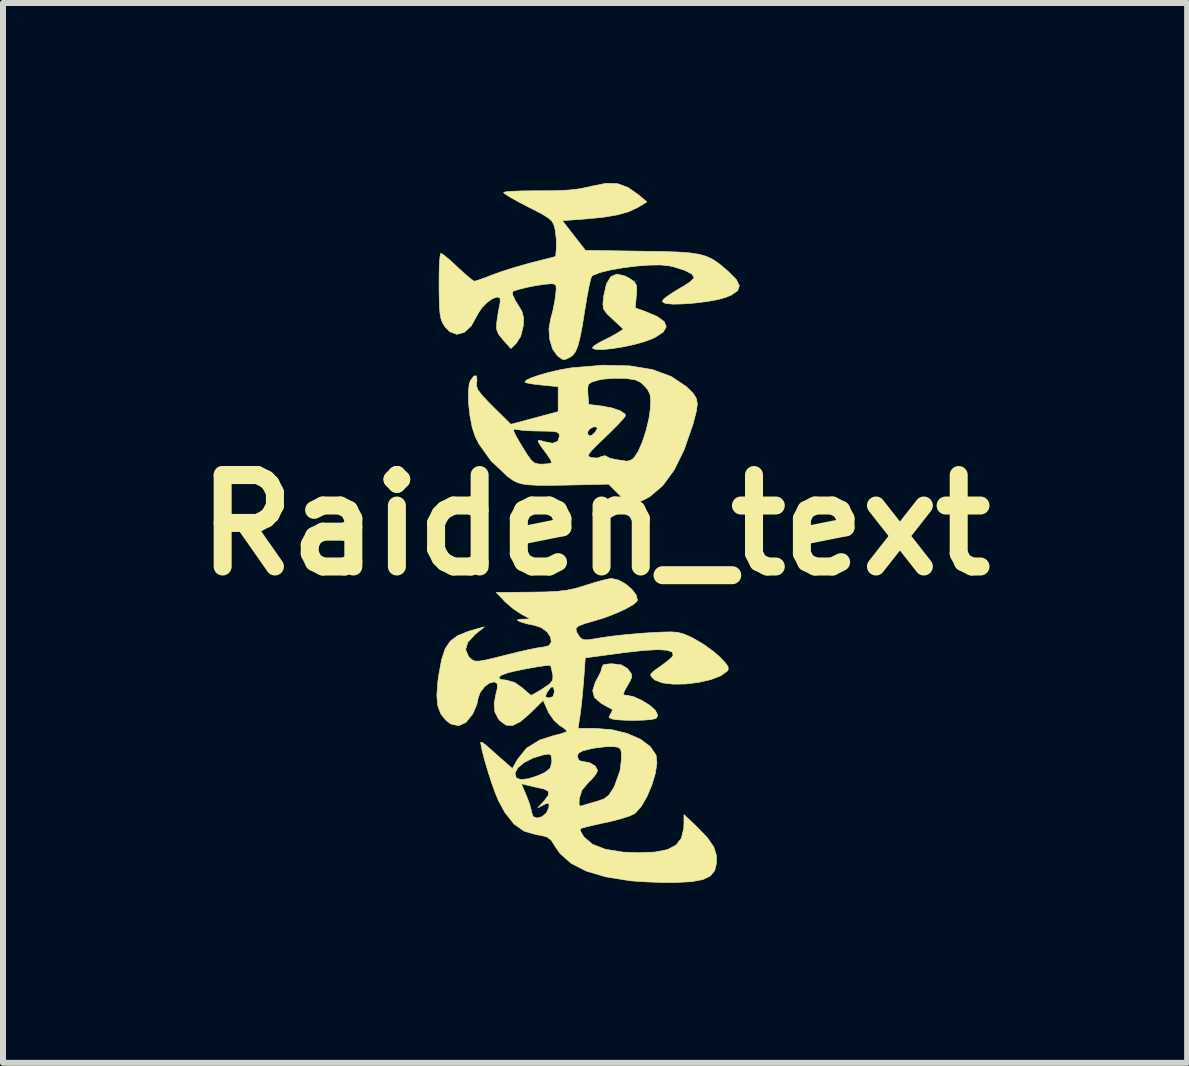
<source format=kicad_pcb>
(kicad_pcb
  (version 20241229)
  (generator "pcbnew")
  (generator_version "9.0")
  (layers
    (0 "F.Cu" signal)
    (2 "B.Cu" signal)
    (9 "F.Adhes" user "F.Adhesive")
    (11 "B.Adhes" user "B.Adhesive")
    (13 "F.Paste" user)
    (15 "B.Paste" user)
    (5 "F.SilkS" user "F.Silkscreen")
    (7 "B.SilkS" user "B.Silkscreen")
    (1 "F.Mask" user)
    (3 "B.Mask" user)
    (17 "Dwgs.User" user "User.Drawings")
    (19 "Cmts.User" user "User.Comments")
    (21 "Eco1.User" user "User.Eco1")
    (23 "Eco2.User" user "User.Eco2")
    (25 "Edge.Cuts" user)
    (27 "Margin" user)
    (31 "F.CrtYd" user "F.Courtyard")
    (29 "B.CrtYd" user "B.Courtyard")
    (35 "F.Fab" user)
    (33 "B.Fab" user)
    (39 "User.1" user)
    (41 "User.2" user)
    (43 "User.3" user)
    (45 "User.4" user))
  (footprint "Raiden_text"
    (layer "F.Cu")
    (at 6.865 5.7)
    (property "Reference" "Raiden_text" (at 0 0 0) (layer "F.SilkS") (effects (font (size 1.524 1.524) (thickness 0.3))))
    (attr through_hole)
    (fp_poly (pts (xy 0.501 -4.151) (xy 0.576 -4.11) (xy 0.655 -4.055) (xy 0.69 -3.997) (xy 0.695 -3.904) (xy 0.688 -3.824) (xy 0.669 -3.619) (xy 0.832 -3.562) (xy 1.035 -3.476) (xy 1.153 -3.391) (xy 1.187 -3.305) (xy 1.137 -3.218) (xy 1.003 -3.13) (xy 0.962 -3.11) (xy 0.821 -3.057) (xy 0.649 -3.009) (xy 0.464 -2.97) (xy 0.285 -2.941) (xy 0.13 -2.926) (xy 0.015 -2.927) (xy -0.04 -2.947) (xy -0.042 -2.955) (xy -0.008 -2.993) (xy 0.079 -3.046) (xy 0.116 -3.065) (xy 0.246 -3.13) (xy 0.359 -3.193) (xy 0.374 -3.203) (xy 0.473 -3.266) (xy 0.294 -3.431) (xy 0.194 -3.527) (xy 0.144 -3.599) (xy 0.131 -3.679) (xy 0.143 -3.8) (xy 0.145 -3.819) (xy 0.19 -4.019) (xy 0.263 -4.14) (xy 0.365 -4.183) (xy 0.501 -4.151)) (stroke (width 0.01) (type solid)) (fill yes) (layer "F.SilkS"))
    (fp_poly (pts (xy 0.293 2.311) (xy 0.437 2.329) (xy 0.531 2.383) (xy 0.558 2.412) (xy 0.606 2.479) (xy 0.612 2.534) (xy 0.575 2.613) (xy 0.551 2.654) (xy 0.49 2.762) (xy 0.471 2.816) (xy 0.494 2.834) (xy 0.537 2.836) (xy 0.648 2.861) (xy 0.785 2.924) (xy 0.915 3.005) (xy 1.003 3.085) (xy 1.009 3.095) (xy 1.044 3.169) (xy 1.025 3.212) (xy 1.009 3.222) (xy 0.941 3.239) (xy 0.815 3.249) (xy 0.659 3.253) (xy 0.498 3.251) (xy 0.36 3.242) (xy 0.284 3.23) (xy 0.232 3.204) (xy 0.253 3.155) (xy 0.262 3.143) (xy 0.291 3.083) (xy 0.275 3.062) (xy 0.213 3.032) (xy 0.116 2.976) (xy 0.095 2.964) (xy -0.009 2.871) (xy -0.039 2.76) (xy 0.004 2.619) (xy 0.042 2.55) (xy 0.095 2.447) (xy 0.117 2.369) (xy 0.116 2.359) (xy 0.144 2.324) (xy 0.249 2.311) (xy 0.293 2.311)) (stroke (width 0.01) (type solid)) (fill yes) (layer "F.SilkS"))
    (fp_poly (pts (xy 0.578 -2.654) (xy 0.956 -2.592) (xy 1.27 -2.476) (xy 1.521 -2.308) (xy 1.538 -2.292) (xy 1.633 -2.197) (xy 1.687 -2.114) (xy 1.705 -2.021) (xy 1.688 -1.896) (xy 1.641 -1.717) (xy 1.629 -1.673) (xy 1.485 -1.257) (xy 1.318 -0.918) (xy 1.128 -0.658) (xy 0.916 -0.477) (xy 0.828 -0.429) (xy 0.711 -0.377) (xy 0.626 -0.344) (xy 0.603 -0.339) (xy 0.558 -0.366) (xy 0.474 -0.438) (xy 0.398 -0.511) (xy 0.226 -0.683) (xy -0.194 -0.673) (xy -0.52 -0.666) (xy -0.774 -0.663) (xy -0.967 -0.664) (xy -1.11 -0.672) (xy -1.217 -0.687) (xy -1.298 -0.711) (xy -1.366 -0.746) (xy -1.432 -0.792) (xy -1.462 -0.816) (xy -1.732 -1.07) (xy -1.936 -1.356) (xy -1.999 -1.482) (xy -2.031 -1.582) (xy -1.36 -1.582) (xy -1.338 -1.525) (xy -1.278 -1.416) (xy -1.219 -1.318) (xy -1.128 -1.17) (xy -1.062 -1.08) (xy -1.005 -1.034) (xy -0.941 -1.018) (xy -0.879 -1.016) (xy -0.776 -1.023) (xy -0.722 -1.039) (xy -0.72 -1.044) (xy -0.743 -1.092) (xy -0.8 -1.179) (xy -0.818 -1.203) (xy -0.908 -1.326) (xy -0.948 -1.393) (xy -0.94 -1.415) (xy -0.884 -1.403) (xy -0.848 -1.391) (xy -0.708 -1.364) (xy -0.621 -1.397) (xy -0.593 -1.48) (xy -0.6 -1.525) (xy -0.621 -1.541) (xy -0.127 -1.541) (xy -0.104 -1.487) (xy -0.048 -1.5) (xy 0.001 -1.546) (xy 0.036 -1.608) (xy 0.033 -1.632) (xy -0.023 -1.639) (xy -0.09 -1.603) (xy -0.127 -1.547) (xy -0.127 -1.541) (xy -0.621 -1.541) (xy -0.634 -1.551) (xy -0.713 -1.563) (xy -0.855 -1.567) (xy -0.9 -1.567) (xy -1.067 -1.571) (xy -1.211 -1.58) (xy -1.303 -1.593) (xy -1.304 -1.593) (xy -1.347 -1.6) (xy -1.36 -1.582) (xy -2.031 -1.582) (xy -2.048 -1.633) (xy -2.084 -1.821) (xy -2.106 -2.02) (xy -2.111 -2.205) (xy -2.097 -2.349) (xy -2.078 -2.405) (xy -2.019 -2.484) (xy -1.977 -2.487) (xy -1.967 -2.417) (xy -1.972 -2.381) (xy -1.975 -2.319) (xy -1.952 -2.255) (xy -1.891 -2.173) (xy -1.784 -2.058) (xy -1.699 -1.972) (xy -1.403 -1.68) (xy -0.614 -1.891) (xy -0.614 -2.266) (xy -0.123 -2.266) (xy -0.119 -2.188) (xy -0.106 -2.011) (xy 0.109 -1.985) (xy 0.282 -1.952) (xy 0.417 -1.906) (xy 0.496 -1.854) (xy 0.508 -1.824) (xy 0.479 -1.783) (xy 0.401 -1.696) (xy 0.286 -1.579) (xy 0.174 -1.47) (xy 0.028 -1.33) (xy -0.062 -1.237) (xy -0.106 -1.18) (xy -0.109 -1.148) (xy -0.079 -1.13) (xy -0.053 -1.123) (xy 0.043 -1.118) (xy 0.098 -1.14) (xy 0.164 -1.158) (xy 0.187 -1.146) (xy 0.244 -1.117) (xy 0.348 -1.092) (xy 0.519 -1.067) (xy 0.537 -1.065) (xy 0.605 -1.087) (xy 0.65 -1.122) (xy 0.718 -1.224) (xy 0.788 -1.385) (xy 0.851 -1.578) (xy 0.899 -1.778) (xy 0.92 -1.928) (xy 0.928 -2.079) (xy 0.917 -2.176) (xy 0.88 -2.252) (xy 0.837 -2.306) (xy 0.761 -2.379) (xy 0.672 -2.42) (xy 0.54 -2.441) (xy 0.482 -2.446) (xy 0.307 -2.447) (xy 0.132 -2.432) (xy 0.05 -2.415) (xy -0.062 -2.381) (xy -0.113 -2.341) (xy -0.123 -2.266) (xy -0.614 -2.266) (xy -0.614 -2.307) (xy -0.879 -2.333) (xy -1.021 -2.349) (xy -1.126 -2.367) (xy -1.168 -2.381) (xy -1.151 -2.411) (xy -1.069 -2.451) (xy -0.938 -2.497) (xy -0.774 -2.544) (xy -0.596 -2.585) (xy -0.42 -2.617) (xy -0.374 -2.623) (xy 0.135 -2.665) (xy 0.578 -2.654)) (stroke (width 0.01) (type solid)) (fill yes) (layer "F.SilkS"))
    (fp_poly (pts (xy 0.376 -5.69) (xy 0.548 -5.627) (xy 0.718 -5.508) (xy 0.864 -5.386) (xy 0.721 -5.299) (xy 0.568 -5.225) (xy 0.373 -5.17) (xy 0.121 -5.128) (xy -0.177 -5.1) (xy -0.545 -5.073) (xy -0.352 -4.825) (xy -0.16 -4.578) (xy 0.777 -4.564) (xy 1.109 -4.559) (xy 1.369 -4.551) (xy 1.57 -4.537) (xy 1.727 -4.514) (xy 1.851 -4.48) (xy 1.957 -4.43) (xy 2.058 -4.363) (xy 2.165 -4.274) (xy 2.224 -4.223) (xy 2.353 -4.093) (xy 2.404 -3.991) (xy 2.378 -3.908) (xy 2.273 -3.835) (xy 2.18 -3.796) (xy 2.046 -3.758) (xy 1.866 -3.726) (xy 1.666 -3.701) (xy 1.469 -3.686) (xy 1.3 -3.682) (xy 1.182 -3.693) (xy 1.162 -3.699) (xy 1.121 -3.725) (xy 1.14 -3.762) (xy 1.191 -3.803) (xy 1.291 -3.872) (xy 1.422 -3.952) (xy 1.471 -3.98) (xy 1.576 -4.047) (xy 1.641 -4.107) (xy 1.651 -4.128) (xy 1.611 -4.185) (xy 1.497 -4.245) (xy 1.32 -4.301) (xy 1.243 -4.319) (xy 1.101 -4.335) (xy 0.911 -4.333) (xy 0.694 -4.317) (xy 0.47 -4.289) (xy 0.26 -4.252) (xy 0.086 -4.21) (xy -0.031 -4.164) (xy -0.054 -4.149) (xy -0.073 -4.098) (xy -0.1 -3.981) (xy -0.132 -3.814) (xy -0.165 -3.613) (xy -0.169 -3.593) (xy -0.212 -3.321) (xy -0.251 -3.122) (xy -0.288 -2.981) (xy -0.327 -2.888) (xy -0.373 -2.829) (xy -0.419 -2.797) (xy -0.496 -2.76) (xy -0.548 -2.764) (xy -0.618 -2.816) (xy -0.63 -2.826) (xy -0.707 -2.935) (xy -0.755 -3.094) (xy -0.768 -3.271) (xy -0.74 -3.431) (xy -0.705 -3.562) (xy -0.672 -3.726) (xy -0.661 -3.799) (xy -0.647 -3.928) (xy -0.651 -3.994) (xy -0.682 -4.018) (xy -0.732 -4.022) (xy -0.843 -4.013) (xy -0.988 -3.991) (xy -1.14 -3.961) (xy -1.273 -3.928) (xy -1.358 -3.899) (xy -1.372 -3.89) (xy -1.373 -3.837) (xy -1.328 -3.74) (xy -1.292 -3.685) (xy -1.218 -3.561) (xy -1.19 -3.452) (xy -1.196 -3.319) (xy -1.239 -3.146) (xy -1.31 -3.033) (xy -1.402 -2.942) (xy -1.53 -3.085) (xy -1.609 -3.183) (xy -1.641 -3.268) (xy -1.637 -3.381) (xy -1.631 -3.424) (xy -1.609 -3.565) (xy -1.586 -3.685) (xy -1.58 -3.715) (xy -1.583 -3.784) (xy -1.63 -3.801) (xy -1.706 -3.775) (xy -1.795 -3.714) (xy -1.882 -3.627) (xy -1.951 -3.523) (xy -1.966 -3.493) (xy -2.064 -3.317) (xy -2.18 -3.212) (xy -2.302 -3.179) (xy -2.42 -3.223) (xy -2.501 -3.306) (xy -2.54 -3.369) (xy -2.567 -3.439) (xy -2.584 -3.533) (xy -2.593 -3.669) (xy -2.598 -3.865) (xy -2.599 -3.984) (xy -2.598 -4.188) (xy -2.593 -4.357) (xy -2.583 -4.476) (xy -2.571 -4.528) (xy -2.569 -4.53) (xy -2.524 -4.502) (xy -2.435 -4.43) (xy -2.321 -4.326) (xy -2.29 -4.297) (xy -2.171 -4.188) (xy -2.074 -4.106) (xy -2.017 -4.066) (xy -2.01 -4.064) (xy -1.955 -4.079) (xy -1.847 -4.117) (xy -1.718 -4.167) (xy -1.556 -4.225) (xy -1.349 -4.291) (xy -1.132 -4.353) (xy -1.058 -4.373) (xy -0.656 -4.476) (xy -0.644 -4.619) (xy -0.645 -4.761) (xy -0.663 -4.914) (xy -0.666 -4.929) (xy -0.686 -5.004) (xy -0.717 -5.063) (xy -0.775 -5.116) (xy -0.873 -5.178) (xy -1.027 -5.259) (xy -1.113 -5.302) (xy -1.279 -5.389) (xy -1.414 -5.464) (xy -1.5 -5.519) (xy -1.524 -5.542) (xy -1.484 -5.554) (xy -1.375 -5.563) (xy -1.212 -5.569) (xy -1.01 -5.571) (xy -0.942 -5.571) (xy -0.66 -5.572) (xy -0.44 -5.583) (xy -0.259 -5.604) (xy -0.094 -5.638) (xy -0.056 -5.648) (xy 0.183 -5.695) (xy 0.376 -5.69)) (stroke (width 0.01) (type solid)) (fill yes) (layer "F.SilkS"))
    (fp_poly (pts (xy 0.389 0.915) (xy 0.509 0.981) (xy 0.614 1.07) (xy 0.686 1.165) (xy 0.706 1.248) (xy 0.697 1.272) (xy 0.633 1.326) (xy 0.509 1.396) (xy 0.346 1.47) (xy 0.166 1.54) (xy -0.007 1.593) (xy -0.178 1.642) (xy -0.278 1.682) (xy -0.318 1.723) (xy -0.31 1.776) (xy -0.279 1.829) (xy -0.242 1.881) (xy -0.2 1.908) (xy -0.133 1.912) (xy -0.019 1.897) (xy 0.095 1.877) (xy 0.269 1.852) (xy 0.494 1.827) (xy 0.737 1.805) (xy 0.897 1.794) (xy 1.11 1.783) (xy 1.26 1.779) (xy 1.369 1.786) (xy 1.459 1.807) (xy 1.55 1.844) (xy 1.632 1.883) (xy 1.804 1.983) (xy 1.979 2.11) (xy 2.065 2.185) (xy 2.169 2.291) (xy 2.217 2.36) (xy 2.218 2.409) (xy 2.204 2.431) (xy 2.096 2.51) (xy 1.93 2.574) (xy 1.728 2.62) (xy 1.511 2.647) (xy 1.303 2.65) (xy 1.124 2.629) (xy 0.998 2.581) (xy 0.98 2.567) (xy 0.934 2.52) (xy 0.928 2.483) (xy 0.972 2.437) (xy 1.075 2.363) (xy 1.089 2.353) (xy 1.2 2.271) (xy 1.278 2.202) (xy 1.301 2.172) (xy 1.288 2.117) (xy 1.204 2.085) (xy 1.046 2.075) (xy 0.811 2.088) (xy 0.497 2.123) (xy 0.458 2.128) (xy -0.163 2.212) (xy -0.189 2.577) (xy -0.206 2.779) (xy -0.226 2.981) (xy -0.246 3.143) (xy -0.249 3.164) (xy -0.283 3.387) (xy -0.000302 3.387) (xy 0.279 3.409) (xy 0.536 3.471) (xy 0.755 3.567) (xy 0.92 3.69) (xy 1.017 3.833) (xy 1.017 3.833) (xy 1.031 3.962) (xy 1.005 4.136) (xy 0.947 4.33) (xy 0.866 4.521) (xy 0.772 4.685) (xy 0.672 4.797) (xy 0.654 4.81) (xy 0.566 4.85) (xy 0.419 4.896) (xy 0.241 4.942) (xy 0.16 4.959) (xy -0.011 4.996) (xy -0.148 5.029) (xy -0.232 5.053) (xy -0.248 5.06) (xy -0.24 5.104) (xy -0.193 5.185) (xy -0.184 5.197) (xy -0.044 5.317) (xy 0.171 5.401) (xy 0.461 5.448) (xy 0.713 5.459) (xy 0.996 5.448) (xy 1.206 5.407) (xy 1.351 5.331) (xy 1.439 5.216) (xy 1.478 5.056) (xy 1.482 4.971) (xy 1.482 4.824) (xy 1.712 5.042) (xy 1.877 5.215) (xy 1.978 5.363) (xy 2.023 5.505) (xy 2.024 5.632) (xy 1.993 5.757) (xy 1.92 5.847) (xy 1.796 5.906) (xy 1.609 5.941) (xy 1.35 5.954) (xy 1.341 5.955) (xy 1.11 5.954) (xy 0.865 5.945) (xy 0.648 5.931) (xy 0.581 5.925) (xy 0.181 5.861) (xy -0.143 5.766) (xy -0.396 5.637) (xy -0.582 5.473) (xy -0.665 5.353) (xy -0.729 5.252) (xy -0.798 5.197) (xy -0.903 5.169) (xy -0.976 5.158) (xy -1.178 5.101) (xy -1.351 4.979) (xy -1.504 4.785) (xy -1.608 4.593) (xy -1.661 4.466) (xy -1.717 4.309) (xy -1.229 4.309) (xy -1.144 4.507) (xy -1.094 4.638) (xy -1.063 4.747) (xy -1.058 4.784) (xy -1.031 4.858) (xy -0.966 4.881) (xy -0.885 4.859) (xy -0.812 4.799) (xy -0.77 4.707) (xy -0.769 4.701) (xy -0.767 4.638) (xy -0.803 4.635) (xy -0.854 4.659) (xy -0.953 4.71) (xy -0.857 4.607) (xy -0.78 4.505) (xy -0.774 4.439) (xy -0.843 4.399) (xy -0.884 4.389) (xy -1.019 4.36) (xy -1.117 4.336) (xy -1.229 4.309) (xy -1.717 4.309) (xy -1.722 4.296) (xy -1.775 4.132) (xy -1.334 4.132) (xy -1.313 4.212) (xy -1.238 4.24) (xy -1.11 4.226) (xy -0.947 4.173) (xy -0.836 4.122) (xy -0.747 4.051) (xy -0.72 3.944) (xy -0.72 3.931) (xy -0.726 3.855) (xy -0.296 3.855) (xy -0.265 3.924) (xy -0.209 3.937) (xy -0.089 3.96) (xy 0.005 4.016) (xy 0.042 4.088) (xy 0.042 4.088) (xy 0.013 4.153) (xy -0.062 4.241) (xy -0.101 4.277) (xy -0.219 4.417) (xy -0.262 4.553) (xy -0.267 4.65) (xy -0.246 4.683) (xy -0.214 4.676) (xy -0.134 4.65) (xy -0.011 4.614) (xy 0.036 4.602) (xy 0.151 4.561) (xy 0.229 4.501) (xy 0.299 4.396) (xy 0.327 4.341) (xy 0.416 4.095) (xy 0.439 3.917) (xy 0.44 3.791) (xy 0.424 3.727) (xy 0.378 3.7) (xy 0.306 3.691) (xy 0.183 3.692) (xy 0.025 3.71) (xy -0.065 3.726) (xy -0.203 3.76) (xy -0.274 3.798) (xy -0.296 3.848) (xy -0.296 3.855) (xy -0.726 3.855) (xy -0.727 3.841) (xy -0.765 3.814) (xy -0.85 3.825) (xy -1.031 3.879) (xy -1.181 3.955) (xy -1.286 4.043) (xy -1.334 4.132) (xy -1.775 4.132) (xy -1.783 4.106) (xy -1.839 3.918) (xy -1.881 3.756) (xy -1.903 3.643) (xy -1.905 3.619) (xy -1.878 3.622) (xy -1.814 3.671) (xy -1.81 3.675) (xy -1.721 3.753) (xy -1.604 3.857) (xy -1.546 3.908) (xy -1.377 4.056) (xy -1.291 3.903) (xy -1.14 3.716) (xy -0.922 3.581) (xy -0.696 3.509) (xy -0.57 3.477) (xy -0.487 3.448) (xy -0.466 3.433) (xy -0.499 3.397) (xy -0.579 3.344) (xy -0.588 3.339) (xy -0.681 3.256) (xy -0.767 3.134) (xy -0.786 3.095) (xy -0.864 2.919) (xy -1.079 3.132) (xy -1.24 3.272) (xy -1.372 3.338) (xy -1.483 3.333) (xy -1.585 3.257) (xy -1.61 3.228) (xy -1.669 3.115) (xy -1.681 2.975) (xy -1.66 2.859) (xy -0.827 2.859) (xy -0.784 2.878) (xy -0.763 2.879) (xy -0.697 2.855) (xy -0.677 2.773) (xy -0.677 2.77) (xy -0.693 2.697) (xy -0.735 2.7) (xy -0.794 2.776) (xy -0.806 2.796) (xy -0.827 2.859) (xy -1.66 2.859) (xy -1.646 2.788) (xy -1.629 2.726) (xy -1.628 2.642) (xy -1.679 2.611) (xy -1.764 2.634) (xy -1.838 2.689) (xy -1.913 2.785) (xy -1.948 2.881) (xy -1.948 2.887) (xy -1.969 2.984) (xy -2.021 3.109) (xy -2.044 3.154) (xy -2.152 3.288) (xy -2.273 3.342) (xy -2.402 3.314) (xy -2.481 3.255) (xy -2.569 3.147) (xy -2.62 3.013) (xy -2.636 2.839) (xy -2.619 2.607) (xy -2.61 2.542) (xy -1.604 2.542) (xy -1.571 2.573) (xy -1.482 2.582) (xy -1.341 2.621) (xy -1.218 2.708) (xy -1.131 2.784) (xy -1.073 2.83) (xy -1.063 2.835) (xy -1.021 2.815) (xy -0.931 2.763) (xy -0.865 2.722) (xy -0.757 2.647) (xy -0.708 2.588) (xy -0.701 2.519) (xy -0.707 2.478) (xy -0.728 2.384) (xy -0.742 2.336) (xy -0.743 2.336) (xy -0.787 2.336) (xy -0.892 2.35) (xy -1.035 2.373) (xy -1.194 2.403) (xy -1.347 2.435) (xy -1.45 2.459) (xy -1.563 2.501) (xy -1.604 2.542) (xy -2.61 2.542) (xy -2.603 2.494) (xy -2.557 2.243) (xy -2.498 2.062) (xy -2.413 1.934) (xy -2.29 1.842) (xy -2.116 1.772) (xy -2.013 1.741) (xy -1.846 1.696) (xy -2.003 1.825) (xy -2.121 1.953) (xy -2.156 2.075) (xy -2.108 2.188) (xy -2.076 2.221) (xy -2.038 2.251) (xy -1.994 2.266) (xy -1.928 2.266) (xy -1.824 2.248) (xy -1.668 2.211) (xy -1.48 2.164) (xy -1.273 2.113) (xy -1.089 2.071) (xy -0.945 2.043) (xy -0.864 2.032) (xy -0.863 2.032) (xy -0.767 2.008) (xy -0.729 1.946) (xy -0.742 1.864) (xy -0.799 1.779) (xy -0.894 1.708) (xy -1.005 1.671) (xy -1.135 1.644) (xy -1.24 1.612) (xy -1.249 1.609) (xy -1.296 1.583) (xy -1.272 1.571) (xy -1.206 1.567) (xy -1.079 1.563) (xy -1.228 1.483) (xy -1.354 1.4) (xy -1.483 1.291) (xy -1.511 1.263) (xy -1.646 1.122) (xy -1.067 1.117) (xy -0.815 1.113) (xy -0.625 1.103) (xy -0.472 1.085) (xy -0.333 1.056) (xy -0.184 1.012) (xy -0.149 1) (xy 0.018 0.949) (xy 0.163 0.91) (xy 0.259 0.89) (xy 0.275 0.889) (xy 0.389 0.915)) (stroke (width 0.01) (type solid)) (fill yes) (layer "F.SilkS")))
  (gr_rect
    (start -3 -3)
    (end 16.731 14.66)
    (stroke (width 0.1) (type default))
    (fill no)
    (layer "Edge.Cuts")))
</source>
